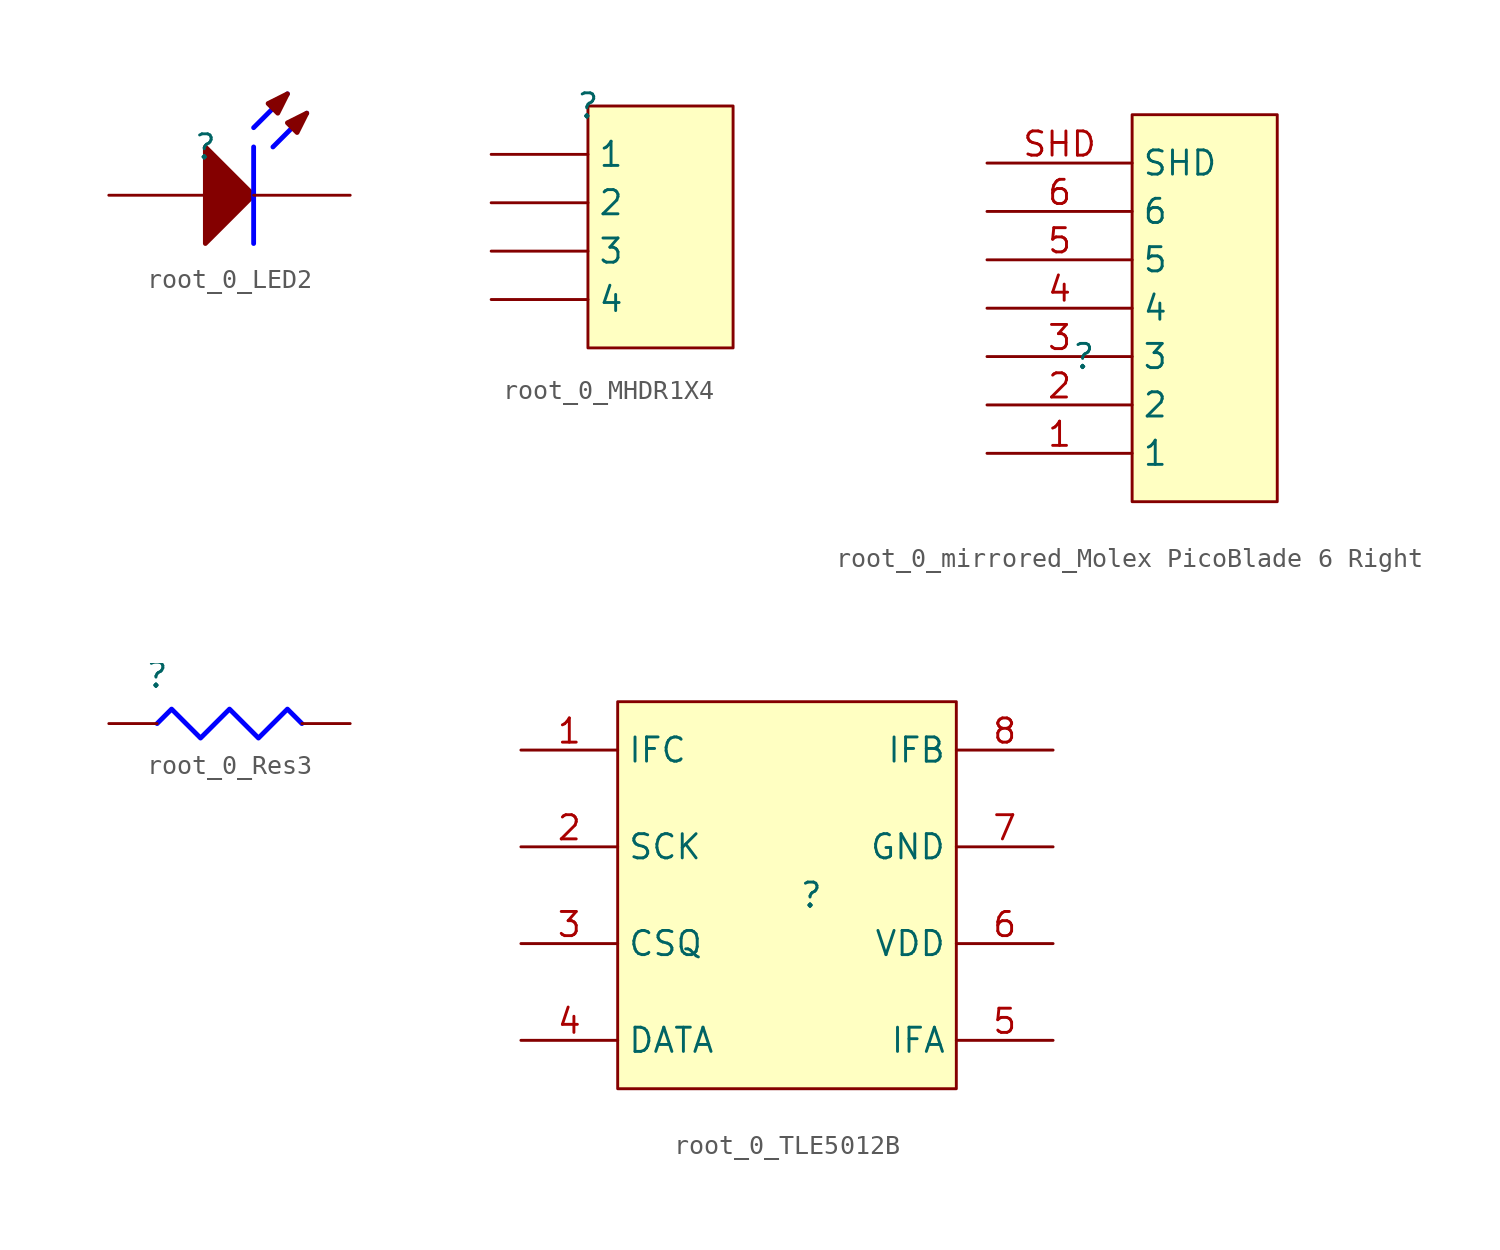
<source format=kicad_sym>
(kicad_symbol_lib
  (version 20220914)
  (generator kicad_symbol_editor)
  (symbol "root_0_LED2"
    (property "Reference" ""
      (at 0 0 0)
      (effects (font (size 1.27 1.27))))
    (property "Value" ""
      (at 0 0 0)
      (effects (font (size 1.27 1.27))))
    (symbol "root_0_LED2_1_0"
      (polyline (pts (xy 2.54 0) (xy 2.54 -5.08)) (stroke (width 0.254) (type solid) (color 0 0 255 1)) (fill (type none)))
      (polyline (pts (xy 2.54 1.016) (xy 4.318 2.794)) (stroke (width 0.254) (type solid) (color 0 0 255 1)) (fill (type none)))
      (polyline (pts (xy 3.556 0) (xy 5.334 1.778)) (stroke (width 0.254) (type solid) (color 0 0 255 1)) (fill (type none)))
      (polyline (pts (xy 0 -5.08) (xy 2.54 -2.54) (xy 0 0) (xy 0 -5.08)) (stroke (width 0.254) (type solid)) (fill (type outline)))
      (polyline (pts (xy 4.318 2.794) (xy 3.302 2.286) (xy 3.81 1.778) (xy 4.318 2.794)) (stroke (width 0.254) (type solid)) (fill (type outline)))
      (polyline (pts (xy 5.334 1.778) (xy 4.318 1.27) (xy 4.826 0.762) (xy 5.334 1.778)) (stroke (width 0.254) (type solid)) (fill (type outline)))
      (pin passive line (at -5.08 -2.54 0) (length 5.08) (name "A" (effects (font (size 0 0)))) (number "1" (effects (font (size 0 0)))))
      (pin passive line (at 7.62 -2.54 180) (length 5.08) (name "K" (effects (font (size 0 0)))) (number "2" (effects (font (size 0 0)))))))
  (symbol "root_0_MHDR1X4"
    (property "Reference" ""
      (at 0 0 0)
      (effects (font (size 1.27 1.27))))
    (property "Value" ""
      (at 0 0 0)
      (effects (font (size 1.27 1.27))))
    (symbol "root_0_MHDR1X4_1_0"
      (rectangle (start 7.62 0) (end 0 -12.7) (stroke (width 0) (type solid)) (fill (type background)))
      (pin passive line (at -5.08 -2.54 0) (length 5.08) (name "1" (effects (font (size 1.27 1.27)))) (number "1" (effects (font (size 0 0)))))
      (pin passive line (at -5.08 -5.08 0) (length 5.08) (name "2" (effects (font (size 1.27 1.27)))) (number "2" (effects (font (size 0 0)))))
      (pin passive line (at -5.08 -7.62 0) (length 5.08) (name "3" (effects (font (size 1.27 1.27)))) (number "3" (effects (font (size 0 0)))))
      (pin passive line (at -5.08 -10.16 0) (length 5.08) (name "4" (effects (font (size 1.27 1.27)))) (number "4" (effects (font (size 0 0)))))))
  (symbol "root_0_mirrored_Molex PicoBlade 6 Right"
    (property "Reference" ""
      (at 0 0 0)
      (effects (font (size 1.27 1.27))))
    (property "Value" ""
      (at 0 0 0)
      (effects (font (size 1.27 1.27))))
    (symbol "root_0_mirrored_Molex PicoBlade 6 Right_1_0"
      (rectangle (start 10.16 12.7) (end 2.54 -7.62) (stroke (width 0) (type solid)) (fill (type background)))
      (pin passive line (at -5.08 -5.08 0) (length 7.62) (name "1" (effects (font (size 1.27 1.27)))) (number "1" (effects (font (size 1.27 1.27)))))
      (pin passive line (at -5.08 -2.54 0) (length 7.62) (name "2" (effects (font (size 1.27 1.27)))) (number "2" (effects (font (size 1.27 1.27)))))
      (pin passive line (at -5.08 0 0) (length 7.62) (name "3" (effects (font (size 1.27 1.27)))) (number "3" (effects (font (size 1.27 1.27)))))
      (pin passive line (at -5.08 2.54 0) (length 7.62) (name "4" (effects (font (size 1.27 1.27)))) (number "4" (effects (font (size 1.27 1.27)))))
      (pin passive line (at -5.08 5.08 0) (length 7.62) (name "5" (effects (font (size 1.27 1.27)))) (number "5" (effects (font (size 1.27 1.27)))))
      (pin passive line (at -5.08 7.62 0) (length 7.62) (name "6" (effects (font (size 1.27 1.27)))) (number "6" (effects (font (size 1.27 1.27)))))
      (pin passive line (at -5.08 10.16 0) (length 7.62) (name "SHD" (effects (font (size 1.27 1.27)))) (number "SHD" (effects (font (size 1.27 1.27)))))))
  (symbol "root_0_Res3"
    (property "Reference" ""
      (at 0 0 0)
      (effects (font (size 1.27 1.27))))
    (property "Value" ""
      (at 0 0 0)
      (effects (font (size 1.27 1.27))))
    (symbol "root_0_Res3_1_0"
      (polyline (pts (xy 7.62 -2.54) (xy 6.858 -1.778) (xy 5.334 -3.302) (xy 3.81 -1.778) (xy 2.286 -3.302) (xy 0.762 -1.778) (xy 0 -2.54)) (stroke (width 0.254) (type solid) (color 0 0 255 1)) (fill (type none)))
      (pin passive line (at -2.54 -2.54 0) (length 2.54) (name "1" (effects (font (size 0 0)))) (number "1" (effects (font (size 0 0)))))
      (pin passive line (at 10.16 -2.54 180) (length 2.54) (name "2" (effects (font (size 0 0)))) (number "2" (effects (font (size 0 0)))))))
  (symbol "root_0_TLE5012B"
    (property "Reference" ""
      (at 0 0 0)
      (effects (font (size 1.27 1.27))))
    (property "Value" ""
      (at 0 0 0)
      (effects (font (size 1.27 1.27))))
    (symbol "root_0_TLE5012B_1_0"
      (rectangle (start 7.62 10.16) (end -10.16 -10.16) (stroke (width 0) (type solid)) (fill (type background)))
      (pin passive line (at -15.24 7.62 0) (length 5.08) (name "IFC" (effects (font (size 1.27 1.27)))) (number "1" (effects (font (size 1.27 1.27)))))
      (pin passive line (at -15.24 2.54 0) (length 5.08) (name "SCK" (effects (font (size 1.27 1.27)))) (number "2" (effects (font (size 1.27 1.27)))))
      (pin passive line (at -15.24 -2.54 0) (length 5.08) (name "CSQ" (effects (font (size 1.27 1.27)))) (number "3" (effects (font (size 1.27 1.27)))))
      (pin passive line (at -15.24 -7.62 0) (length 5.08) (name "DATA" (effects (font (size 1.27 1.27)))) (number "4" (effects (font (size 1.27 1.27)))))
      (pin passive line (at 12.7 -7.62 180) (length 5.08) (name "IFA" (effects (font (size 1.27 1.27)))) (number "5" (effects (font (size 1.27 1.27)))))
      (pin passive line (at 12.7 -2.54 180) (length 5.08) (name "VDD" (effects (font (size 1.27 1.27)))) (number "6" (effects (font (size 1.27 1.27)))))
      (pin passive line (at 12.7 2.54 180) (length 5.08) (name "GND" (effects (font (size 1.27 1.27)))) (number "7" (effects (font (size 1.27 1.27)))))
      (pin passive line (at 12.7 7.62 180) (length 5.08) (name "IFB" (effects (font (size 1.27 1.27)))) (number "8" (effects (font (size 1.27 1.27))))))))
</source>
